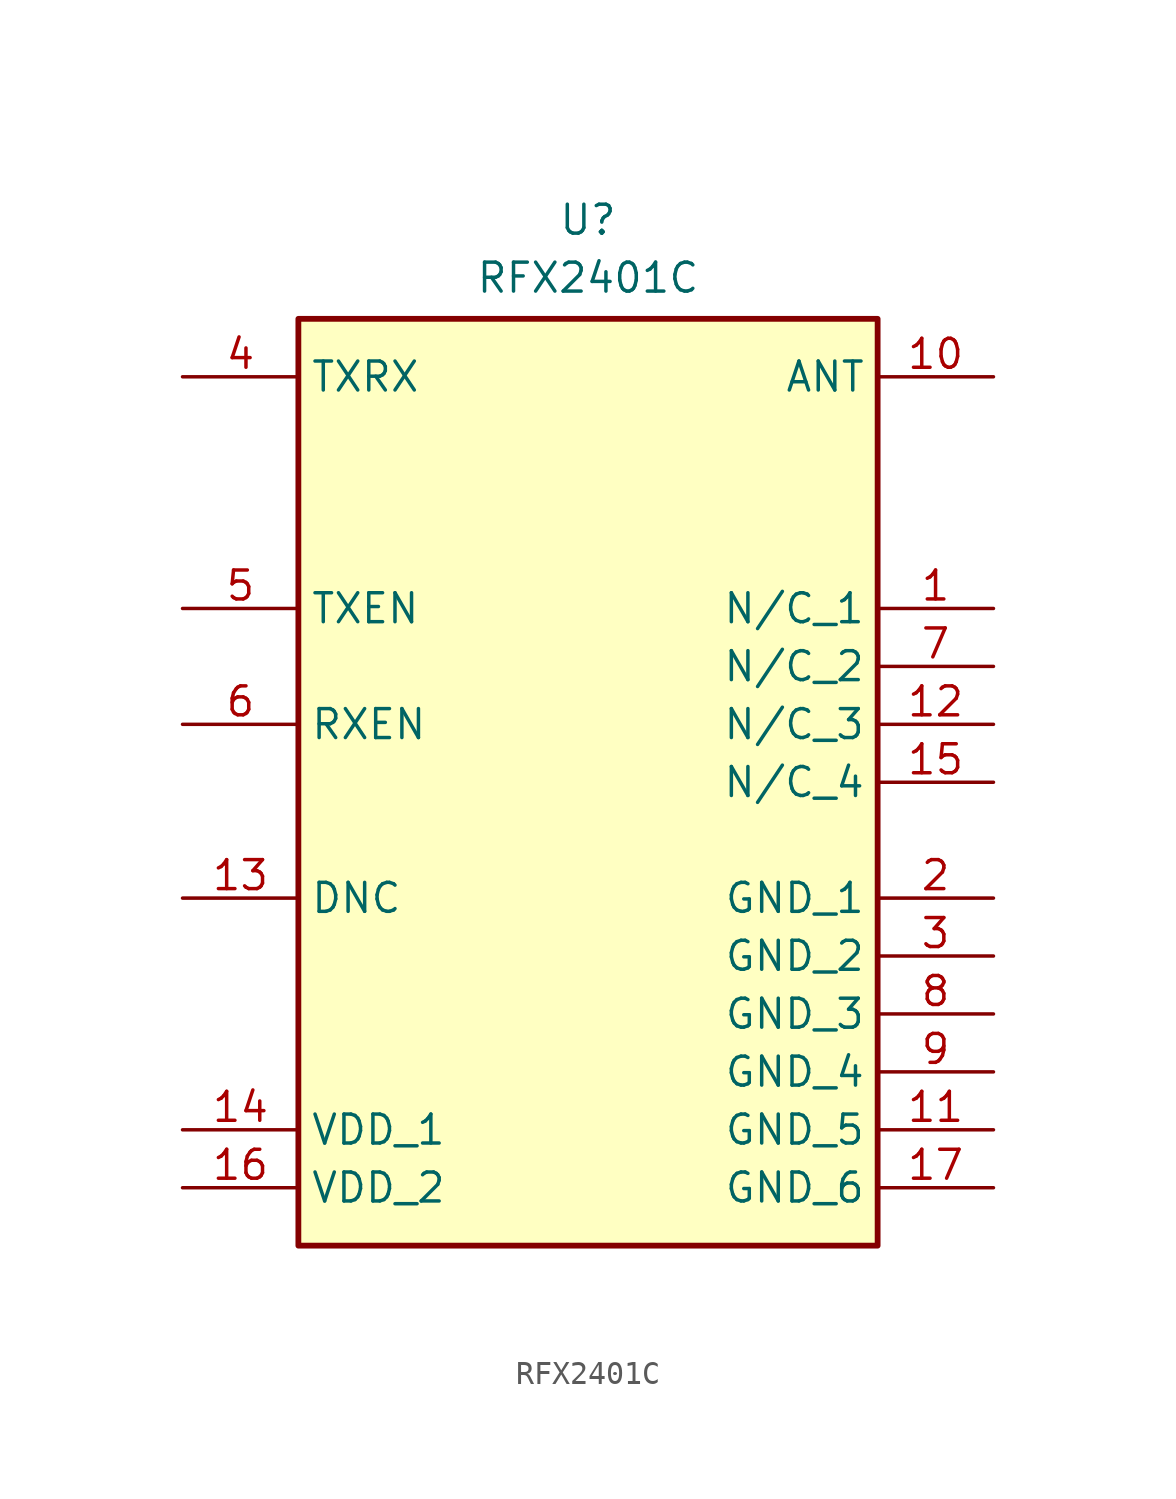
<source format=kicad_sym>
(kicad_symbol_lib
  (version 20220914)
  (generator kicad_symbol_editor)
  (symbol "RFX2401C"
    (property "Reference" "U"
      (at 0 22.86 0)
      (effects (font (size 1.27 1.27)) (justify top)))
    (property "Value" "RFX2401C"
      (at 0 20.32 0)
      (effects (font (size 1.27 1.27)) (justify top)))
    (symbol "RFX2401C_1_1"
      (rectangle (start -12.7 17.78) (end 12.7 -22.86) (stroke (width 0.254) (type default)) (fill (type background)))
      (pin passive line (at 17.78 5.08 180) (length 5.08) (name "N/C_1" (effects (font (size 1.27 1.27)))) (number "1" (effects (font (size 1.27 1.27)))))
      (pin passive line (at 17.78 15.24 180) (length 5.08) (name "ANT" (effects (font (size 1.27 1.27)))) (number "10" (effects (font (size 1.27 1.27)))))
      (pin passive line (at 17.78 -17.78 180) (length 5.08) (name "GND_5" (effects (font (size 1.27 1.27)))) (number "11" (effects (font (size 1.27 1.27)))))
      (pin passive line (at 17.78 0 180) (length 5.08) (name "N/C_3" (effects (font (size 1.27 1.27)))) (number "12" (effects (font (size 1.27 1.27)))))
      (pin passive line (at -17.78 -7.62 0) (length 5.08) (name "DNC" (effects (font (size 1.27 1.27)))) (number "13" (effects (font (size 1.27 1.27)))))
      (pin passive line (at -17.78 -17.78 0) (length 5.08) (name "VDD_1" (effects (font (size 1.27 1.27)))) (number "14" (effects (font (size 1.27 1.27)))))
      (pin passive line (at 17.78 -2.54 180) (length 5.08) (name "N/C_4" (effects (font (size 1.27 1.27)))) (number "15" (effects (font (size 1.27 1.27)))))
      (pin passive line (at -17.78 -20.32 0) (length 5.08) (name "VDD_2" (effects (font (size 1.27 1.27)))) (number "16" (effects (font (size 1.27 1.27)))))
      (pin passive line (at 17.78 -20.32 180) (length 5.08) (name "GND_6" (effects (font (size 1.27 1.27)))) (number "17" (effects (font (size 1.27 1.27)))))
      (pin passive line (at 17.78 -7.62 180) (length 5.08) (name "GND_1" (effects (font (size 1.27 1.27)))) (number "2" (effects (font (size 1.27 1.27)))))
      (pin passive line (at 17.78 -10.16 180) (length 5.08) (name "GND_2" (effects (font (size 1.27 1.27)))) (number "3" (effects (font (size 1.27 1.27)))))
      (pin passive line (at -17.78 15.24 0) (length 5.08) (name "TXRX" (effects (font (size 1.27 1.27)))) (number "4" (effects (font (size 1.27 1.27)))))
      (pin passive line (at -17.78 5.08 0) (length 5.08) (name "TXEN" (effects (font (size 1.27 1.27)))) (number "5" (effects (font (size 1.27 1.27)))))
      (pin passive line (at -17.78 0 0) (length 5.08) (name "RXEN" (effects (font (size 1.27 1.27)))) (number "6" (effects (font (size 1.27 1.27)))))
      (pin passive line (at 17.78 2.54 180) (length 5.08) (name "N/C_2" (effects (font (size 1.27 1.27)))) (number "7" (effects (font (size 1.27 1.27)))))
      (pin passive line (at 17.78 -12.7 180) (length 5.08) (name "GND_3" (effects (font (size 1.27 1.27)))) (number "8" (effects (font (size 1.27 1.27)))))
      (pin passive line (at 17.78 -15.24 180) (length 5.08) (name "GND_4" (effects (font (size 1.27 1.27)))) (number "9" (effects (font (size 1.27 1.27))))))))
</source>
